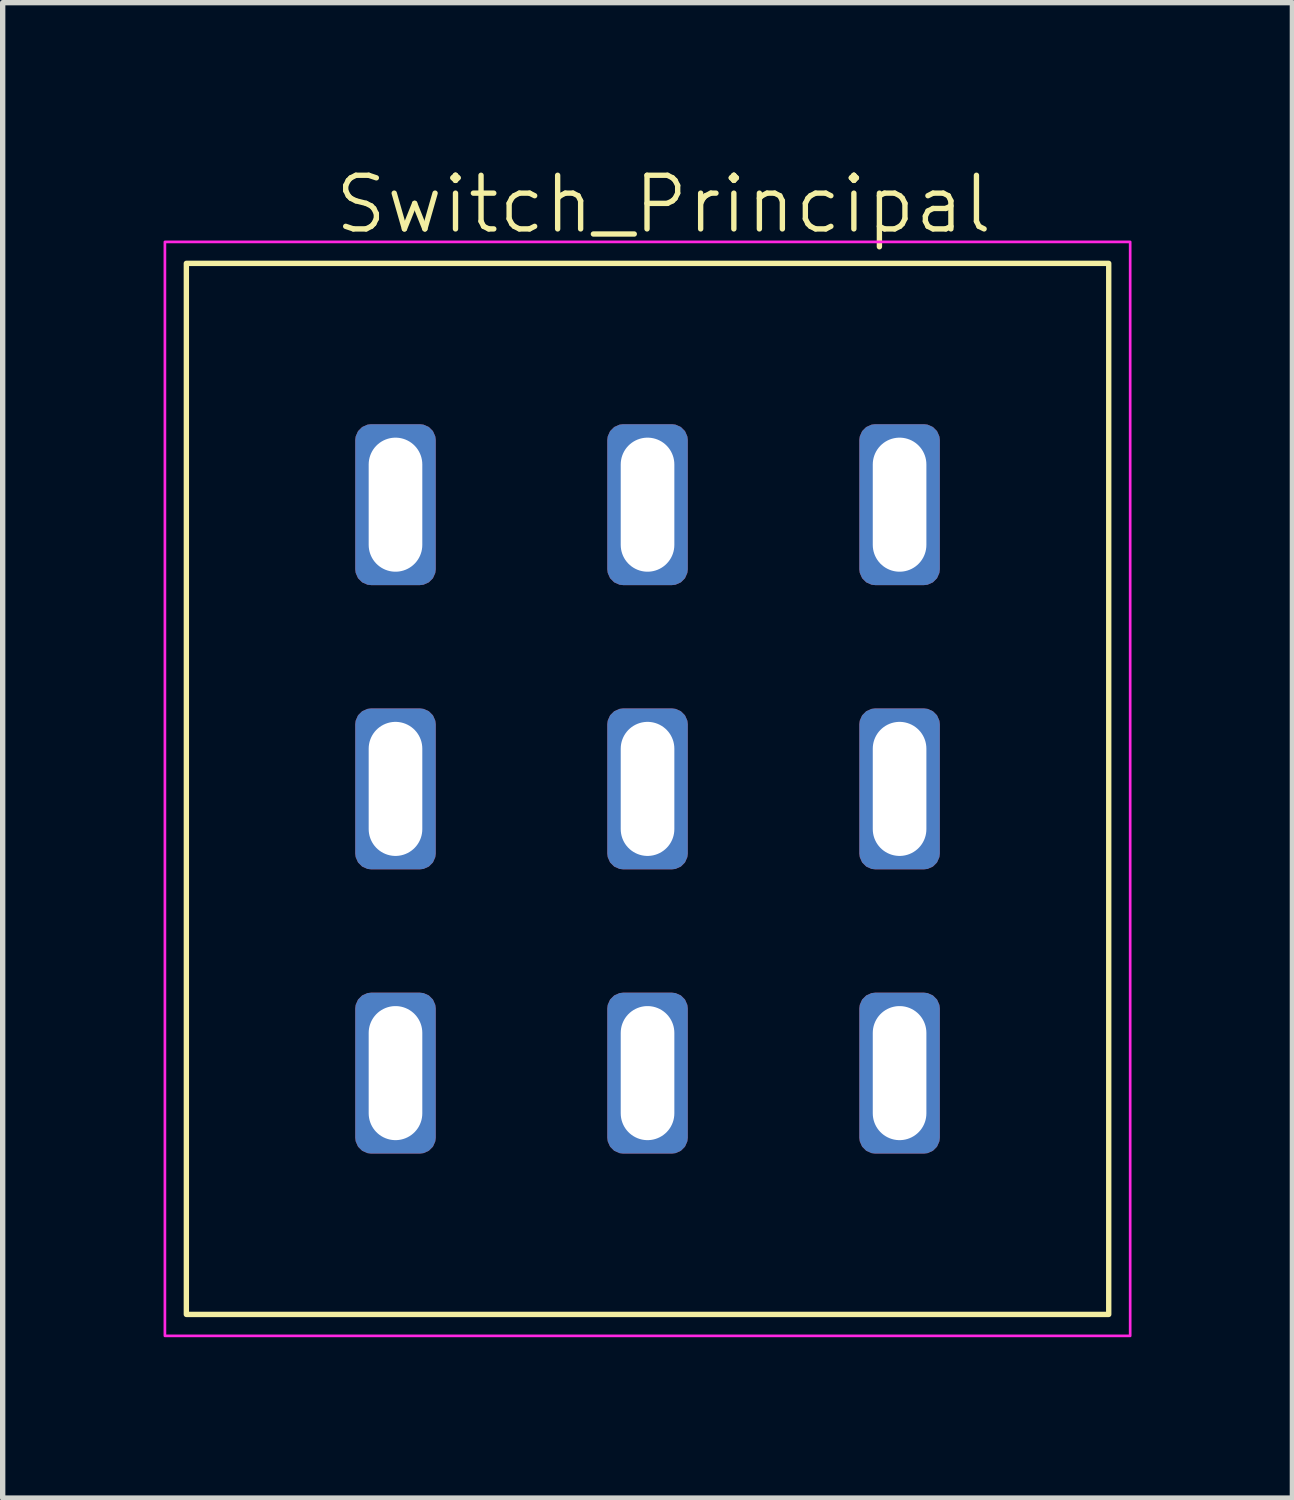
<source format=kicad_pcb>
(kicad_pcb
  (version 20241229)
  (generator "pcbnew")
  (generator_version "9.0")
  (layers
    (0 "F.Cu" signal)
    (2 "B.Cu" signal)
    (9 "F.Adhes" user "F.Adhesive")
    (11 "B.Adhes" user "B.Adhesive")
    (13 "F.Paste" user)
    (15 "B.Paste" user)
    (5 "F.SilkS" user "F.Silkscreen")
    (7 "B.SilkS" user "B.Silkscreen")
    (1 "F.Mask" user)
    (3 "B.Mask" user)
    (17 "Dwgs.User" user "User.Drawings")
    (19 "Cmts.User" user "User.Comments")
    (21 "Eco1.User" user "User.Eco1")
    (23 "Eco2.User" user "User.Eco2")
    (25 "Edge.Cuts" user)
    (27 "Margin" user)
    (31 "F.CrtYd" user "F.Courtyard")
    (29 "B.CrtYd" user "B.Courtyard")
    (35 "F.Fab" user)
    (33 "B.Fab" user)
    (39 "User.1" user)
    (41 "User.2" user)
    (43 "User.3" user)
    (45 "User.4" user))
  (footprint "Switch_Principal"
    (layer "F.Cu")
    (at 9.025 11.661)
    (property "Reference" "Switch_Principal" (at 0.3 -10.9 0) (unlocked yes) (layer "F.SilkS") (effects (font (size 1 1) (thickness 0.1))))
    (attr through_hole)
    (fp_rect (start -8.6 -9.8) (end 8.6 9.8) (stroke (width 0.1) (type solid)) (fill no) (layer "F.SilkS"))
    (fp_rect (start -9 -10.2) (end 9 10.2) (stroke (width 0.05) (type solid)) (fill no) (layer "F.CrtYd"))
    (pad "1" thru_hole roundrect (at -4.7 -5.3 90) (size 3 1.5) (drill oval 2.5 1) (layers "*.Cu" "*.Mask") (roundrect_rratio 0.197))
    (pad "2" thru_hole roundrect (at 0 -5.3 90) (size 3 1.5) (drill oval 2.5 1) (layers "*.Cu" "*.Mask") (roundrect_rratio 0.197))
    (pad "3" thru_hole roundrect (at 4.7 -5.3 90) (size 3 1.5) (drill oval 2.5 1) (layers "*.Cu" "*.Mask") (roundrect_rratio 0.197))
    (pad "4" thru_hole roundrect (at -4.7 0 90) (size 3 1.5) (drill oval 2.5 1) (layers "*.Cu" "*.Mask") (roundrect_rratio 0.197))
    (pad "5" thru_hole roundrect (at 0 0 90) (size 3 1.5) (drill oval 2.5 1) (layers "*.Cu" "*.Mask") (roundrect_rratio 0.197))
    (pad "6" thru_hole roundrect (at 4.7 0 90) (size 3 1.5) (drill oval 2.5 1) (layers "*.Cu" "*.Mask") (roundrect_rratio 0.197))
    (pad "7" thru_hole roundrect (at -4.7 5.3 90) (size 3 1.5) (drill oval 2.5 1) (layers "*.Cu" "*.Mask") (roundrect_rratio 0.197))
    (pad "8" thru_hole roundrect (at 0 5.3 90) (size 3 1.5) (drill oval 2.5 1) (layers "*.Cu" "*.Mask") (roundrect_rratio 0.197))
    (pad "9" thru_hole roundrect (at 4.7 5.3 90) (size 3 1.5) (drill oval 2.5 1) (layers "*.Cu" "*.Mask") (roundrect_rratio 0.197)))
  (gr_rect
    (start -3 -3)
    (end 21.05 24.886)
    (stroke (width 0.1) (type default))
    (fill no)
    (layer "Edge.Cuts")))
</source>
